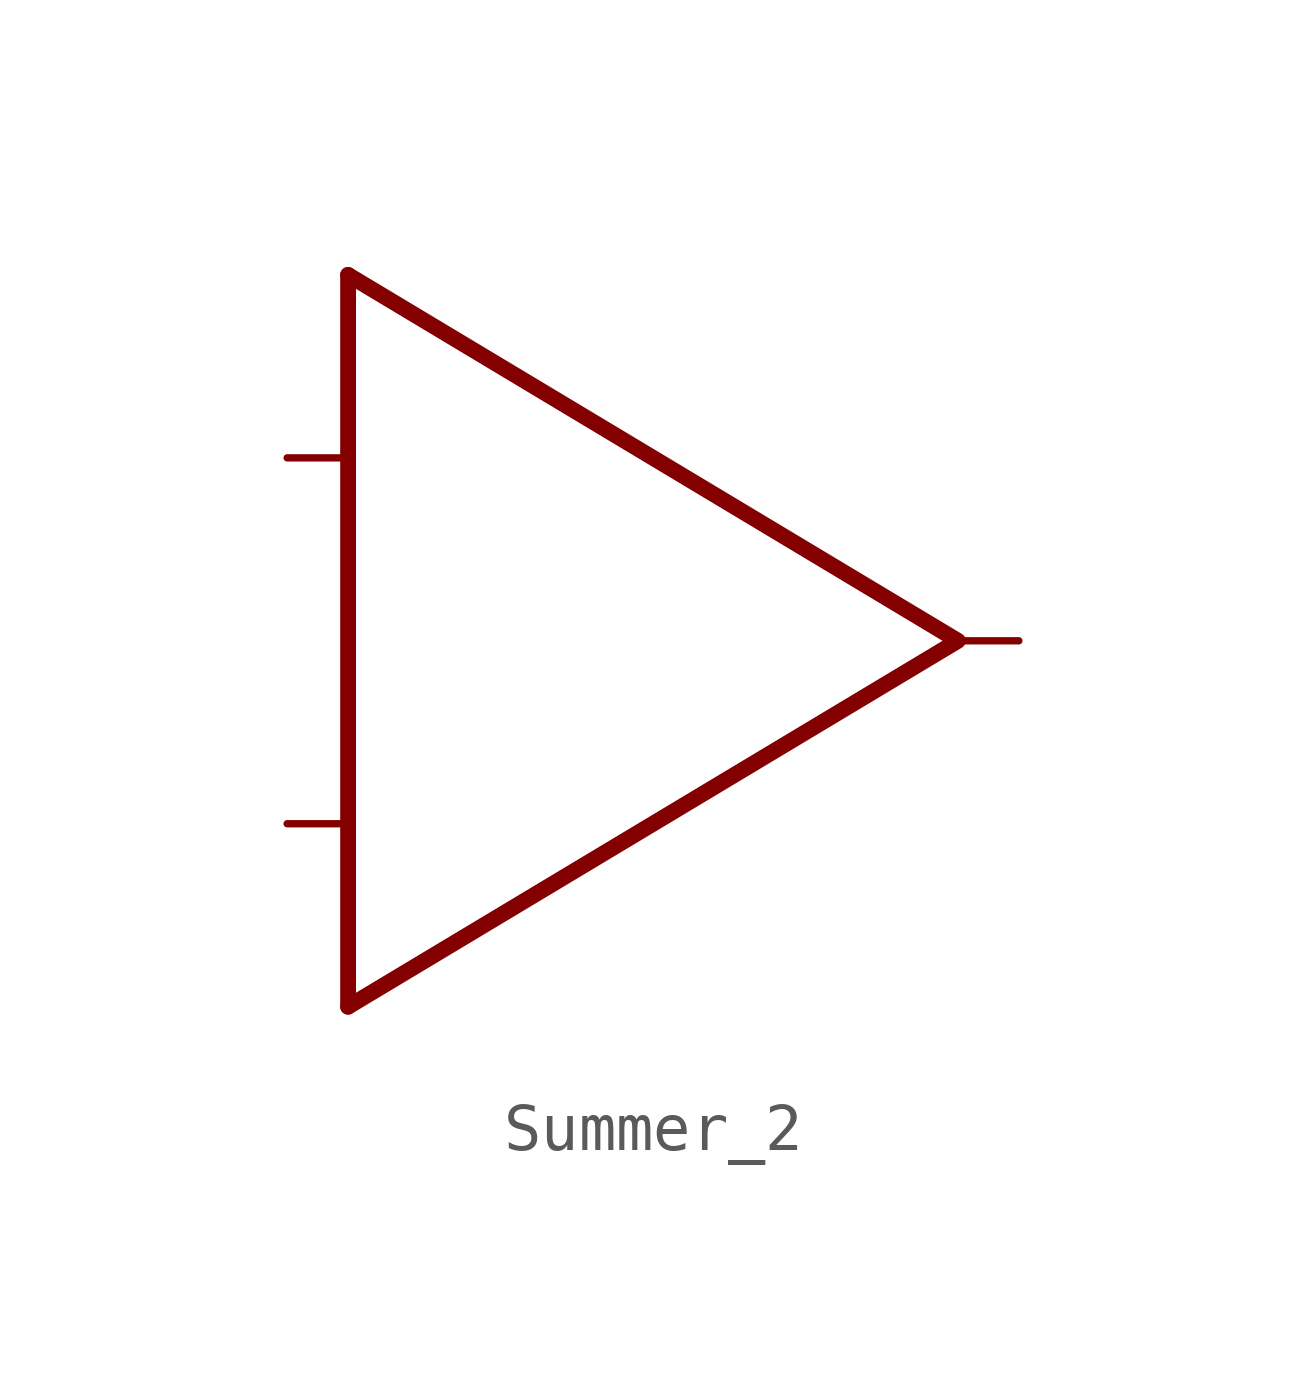
<source format=kicad_sym>
(kicad_symbol_lib
  (version 20211014)
  (generator kicad_symbol_editor)
  (symbol "Summer_2"
    (property "Reference" "U"
      (at 7.62 10.16 0)
      (effects (font (size 1.27 1.27)) hide))
    (symbol "Summer_2_0_1"
      (polyline (pts (xy -6.35 -7.62) (xy -6.35 7.62)) (stroke (width 0.33) (type default) (color 0 0 0 0)) (fill (type none)))
      (polyline (pts (xy -6.35 7.62) (xy 6.35 0) (xy -6.35 -7.62)) (stroke (width 0.33) (type default) (color 0 0 0 0)) (fill (type none))))
    (symbol "Summer_2_1_1"
      (pin input line (at -7.62 -3.81 0) (length 1.27) (name "" (effects (font (size 1.27 1.27)))) (number "" (effects (font (size 1.27 1.27)))))
      (pin input line (at -7.62 3.81 0) (length 1.27) (name "" (effects (font (size 1.27 1.27)))) (number "" (effects (font (size 1.27 1.27)))))
      (pin output line (at 7.62 0 180) (length 1.27) (name "" (effects (font (size 1.27 1.27)))) (number "" (effects (font (size 1.27 1.27))))))))
</source>
